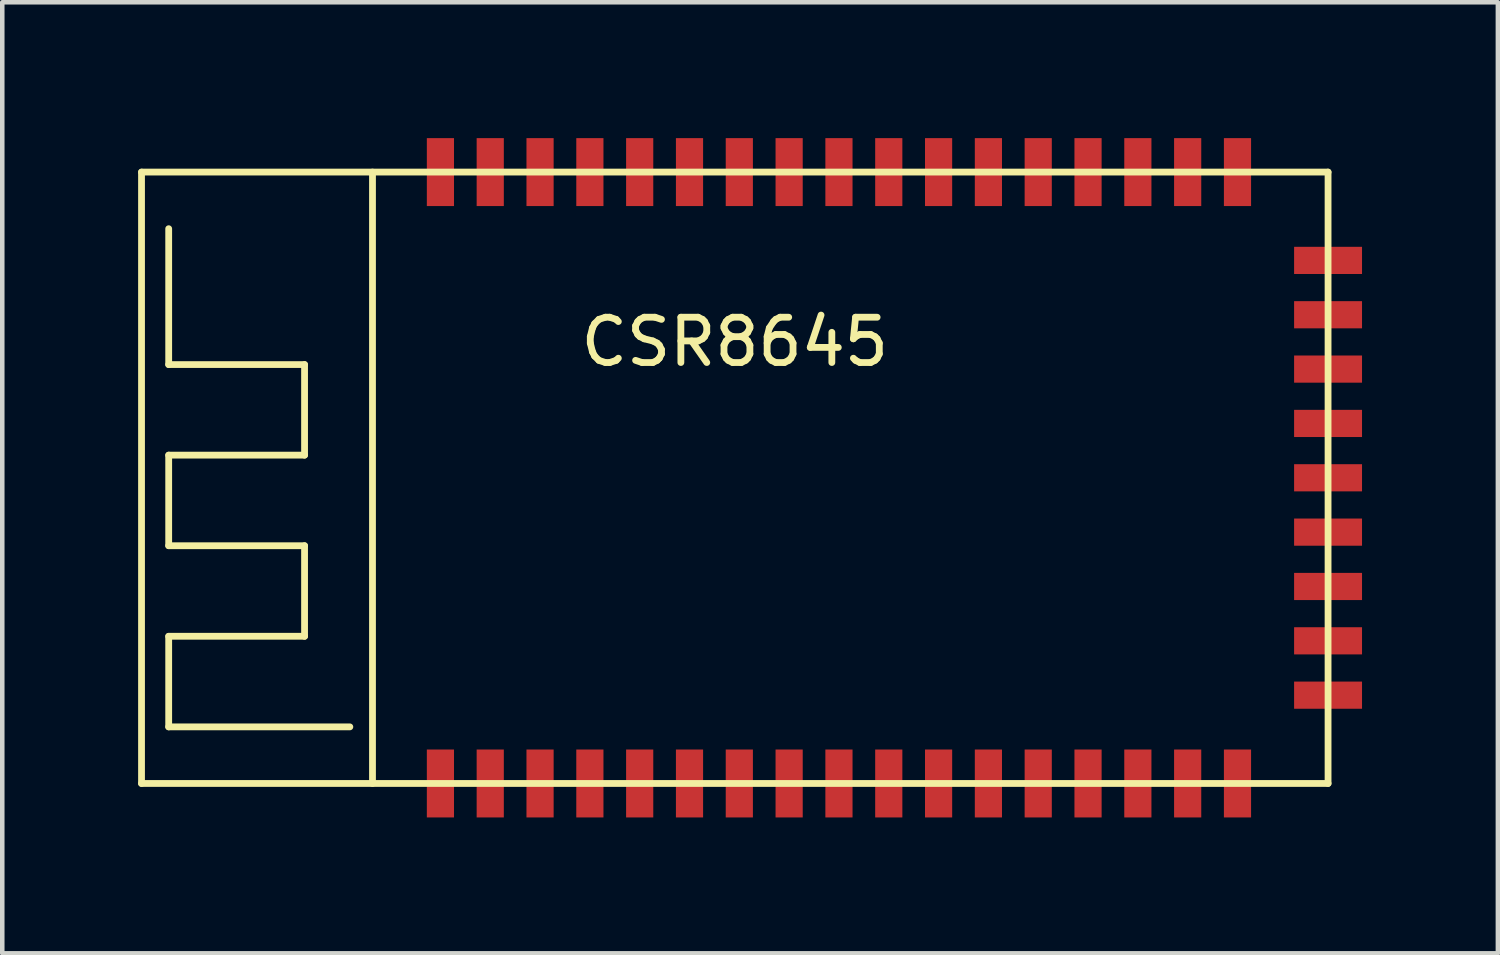
<source format=kicad_pcb>
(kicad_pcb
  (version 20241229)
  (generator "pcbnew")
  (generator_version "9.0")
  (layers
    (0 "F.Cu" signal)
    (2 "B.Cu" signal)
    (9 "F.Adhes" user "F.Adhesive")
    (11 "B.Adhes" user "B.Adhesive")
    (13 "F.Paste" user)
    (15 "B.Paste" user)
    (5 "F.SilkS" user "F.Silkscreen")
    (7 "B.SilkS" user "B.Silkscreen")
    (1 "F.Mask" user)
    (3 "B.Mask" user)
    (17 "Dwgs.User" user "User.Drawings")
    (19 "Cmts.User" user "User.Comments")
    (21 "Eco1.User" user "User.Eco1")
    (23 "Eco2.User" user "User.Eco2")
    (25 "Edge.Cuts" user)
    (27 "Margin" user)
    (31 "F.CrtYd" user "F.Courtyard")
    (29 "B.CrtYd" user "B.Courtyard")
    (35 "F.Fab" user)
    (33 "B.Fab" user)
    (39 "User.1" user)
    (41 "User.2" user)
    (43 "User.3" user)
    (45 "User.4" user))
  (footprint "CSR8645"
    (layer "F.Cu")
    (at 13.175 7.5)
    (property "Reference" "CSR8645" (at 0 -3 0) (layer "F.SilkS") (effects (font (size 1 1) (thickness 0.15))))
    (attr through_hole)
    (fp_line (start -13.1 -6.75) (end -13.1 6.75) (stroke (width 0.15) (type solid)) (layer "F.SilkS"))
    (fp_line (start -13.1 6.75) (end 13.1 6.75) (stroke (width 0.15) (type solid)) (layer "F.SilkS"))
    (fp_line (start -12.5 -2.5) (end -12.5 -5.5) (stroke (width 0.15) (type solid)) (layer "F.SilkS"))
    (fp_line (start -12.5 -0.5) (end -9.5 -0.5) (stroke (width 0.15) (type solid)) (layer "F.SilkS"))
    (fp_line (start -12.5 1.5) (end -12.5 -0.5) (stroke (width 0.15) (type solid)) (layer "F.SilkS"))
    (fp_line (start -12.5 3.5) (end -9.5 3.5) (stroke (width 0.15) (type solid)) (layer "F.SilkS"))
    (fp_line (start -12.5 5.5) (end -12.5 3.5) (stroke (width 0.15) (type solid)) (layer "F.SilkS"))
    (fp_line (start -9.5 -2.5) (end -12.5 -2.5) (stroke (width 0.15) (type solid)) (layer "F.SilkS"))
    (fp_line (start -9.5 -0.5) (end -9.5 -2.5) (stroke (width 0.15) (type solid)) (layer "F.SilkS"))
    (fp_line (start -9.5 1.5) (end -12.5 1.5) (stroke (width 0.15) (type solid)) (layer "F.SilkS"))
    (fp_line (start -9.5 3.5) (end -9.5 1.5) (stroke (width 0.15) (type solid)) (layer "F.SilkS"))
    (fp_line (start -8.5 5.5) (end -12.5 5.5) (stroke (width 0.15) (type solid)) (layer "F.SilkS"))
    (fp_line (start -8 -6.75) (end -8 6.75) (stroke (width 0.15) (type solid)) (layer "F.SilkS"))
    (fp_line (start 13.1 -6.75) (end -13.1 -6.75) (stroke (width 0.15) (type solid)) (layer "F.SilkS"))
    (fp_line (start 13.1 6.75) (end 13.1 -6.75) (stroke (width 0.15) (type solid)) (layer "F.SilkS"))
    (pad "1" smd rect (at -6.5 6.75) (size 0.6 1.5) (layers "F.Cu" "F.Mask" "F.Paste"))
    (pad "2" smd rect (at -5.4 6.75) (size 0.6 1.5) (layers "F.Cu" "F.Mask" "F.Paste"))
    (pad "3" smd rect (at -4.3 6.75) (size 0.6 1.5) (layers "F.Cu" "F.Mask" "F.Paste"))
    (pad "4" smd rect (at -3.2 6.75) (size 0.6 1.5) (layers "F.Cu" "F.Mask" "F.Paste"))
    (pad "5" smd rect (at -2.1 6.75) (size 0.6 1.5) (layers "F.Cu" "F.Mask" "F.Paste"))
    (pad "6" smd rect (at -1 6.75) (size 0.6 1.5) (layers "F.Cu" "F.Mask" "F.Paste"))
    (pad "7" smd rect (at 0.1 6.75) (size 0.6 1.5) (layers "F.Cu" "F.Mask" "F.Paste"))
    (pad "8" smd rect (at 1.2 6.75) (size 0.6 1.5) (layers "F.Cu" "F.Mask" "F.Paste"))
    (pad "9" smd rect (at 2.3 6.75) (size 0.6 1.5) (layers "F.Cu" "F.Mask" "F.Paste"))
    (pad "10" smd rect (at 3.4 6.75) (size 0.6 1.5) (layers "F.Cu" "F.Mask" "F.Paste"))
    (pad "11" smd rect (at 4.5 6.75) (size 0.6 1.5) (layers "F.Cu" "F.Mask" "F.Paste"))
    (pad "12" smd rect (at 5.6 6.75) (size 0.6 1.5) (layers "F.Cu" "F.Mask" "F.Paste"))
    (pad "13" smd rect (at 6.7 6.75) (size 0.6 1.5) (layers "F.Cu" "F.Mask" "F.Paste"))
    (pad "14" smd rect (at 7.8 6.75) (size 0.6 1.5) (layers "F.Cu" "F.Mask" "F.Paste"))
    (pad "15" smd rect (at 8.9 6.75) (size 0.6 1.5) (layers "F.Cu" "F.Mask" "F.Paste"))
    (pad "16" smd rect (at 10 6.75) (size 0.6 1.5) (layers "F.Cu" "F.Mask" "F.Paste"))
    (pad "17" smd rect (at 11.1 6.75) (size 0.6 1.5) (layers "F.Cu" "F.Mask" "F.Paste"))
    (pad "18" smd rect (at 13.1 4.8) (size 1.5 0.6) (layers "F.Cu" "F.Mask" "F.Paste"))
    (pad "19" smd rect (at 13.1 3.6) (size 1.5 0.6) (layers "F.Cu" "F.Mask" "F.Paste"))
    (pad "20" smd rect (at 13.1 2.4) (size 1.5 0.6) (layers "F.Cu" "F.Mask" "F.Paste"))
    (pad "21" smd rect (at 13.1 1.2) (size 1.5 0.6) (layers "F.Cu" "F.Mask" "F.Paste"))
    (pad "22" smd rect (at 13.1 0) (size 1.5 0.6) (layers "F.Cu" "F.Mask" "F.Paste"))
    (pad "23" smd rect (at 13.1 -1.2) (size 1.5 0.6) (layers "F.Cu" "F.Mask" "F.Paste"))
    (pad "24" smd rect (at 13.1 -2.4) (size 1.5 0.6) (layers "F.Cu" "F.Mask" "F.Paste"))
    (pad "25" smd rect (at 13.1 -3.6) (size 1.5 0.6) (layers "F.Cu" "F.Mask" "F.Paste"))
    (pad "26" smd rect (at 13.1 -4.8) (size 1.5 0.6) (layers "F.Cu" "F.Mask" "F.Paste"))
    (pad "27" smd rect (at 11.1 -6.75) (size 0.6 1.5) (layers "F.Cu" "F.Mask" "F.Paste"))
    (pad "28" smd rect (at 10 -6.75) (size 0.6 1.5) (layers "F.Cu" "F.Mask" "F.Paste"))
    (pad "29" smd rect (at 8.9 -6.75) (size 0.6 1.5) (layers "F.Cu" "F.Mask" "F.Paste"))
    (pad "30" smd rect (at 7.8 -6.75) (size 0.6 1.5) (layers "F.Cu" "F.Mask" "F.Paste"))
    (pad "31" smd rect (at 6.7 -6.75) (size 0.6 1.5) (layers "F.Cu" "F.Mask" "F.Paste"))
    (pad "32" smd rect (at 5.6 -6.75) (size 0.6 1.5) (layers "F.Cu" "F.Mask" "F.Paste"))
    (pad "33" smd rect (at 4.5 -6.75) (size 0.6 1.5) (layers "F.Cu" "F.Mask" "F.Paste"))
    (pad "34" smd rect (at 3.4 -6.75) (size 0.6 1.5) (layers "F.Cu" "F.Mask" "F.Paste"))
    (pad "35" smd rect (at 2.3 -6.75) (size 0.6 1.5) (layers "F.Cu" "F.Mask" "F.Paste"))
    (pad "36" smd rect (at 1.2 -6.75) (size 0.6 1.5) (layers "F.Cu" "F.Mask" "F.Paste"))
    (pad "37" smd rect (at 0.1 -6.75) (size 0.6 1.5) (layers "F.Cu" "F.Mask" "F.Paste"))
    (pad "38" smd rect (at -1 -6.75) (size 0.6 1.5) (layers "F.Cu" "F.Mask" "F.Paste"))
    (pad "39" smd rect (at -2.1 -6.75) (size 0.6 1.5) (layers "F.Cu" "F.Mask" "F.Paste"))
    (pad "40" smd rect (at -3.2 -6.75) (size 0.6 1.5) (layers "F.Cu" "F.Mask" "F.Paste"))
    (pad "41" smd rect (at -4.3 -6.75) (size 0.6 1.5) (layers "F.Cu" "F.Mask" "F.Paste"))
    (pad "42" smd rect (at -5.4 -6.75) (size 0.6 1.5) (layers "F.Cu" "F.Mask" "F.Paste"))
    (pad "43" smd rect (at -6.5 -6.75) (size 0.6 1.5) (layers "F.Cu" "F.Mask" "F.Paste")))
  (gr_rect
    (start -3 -3)
    (end 30.025 18)
    (stroke (width 0.1) (type default))
    (fill no)
    (layer "Edge.Cuts")))
</source>
